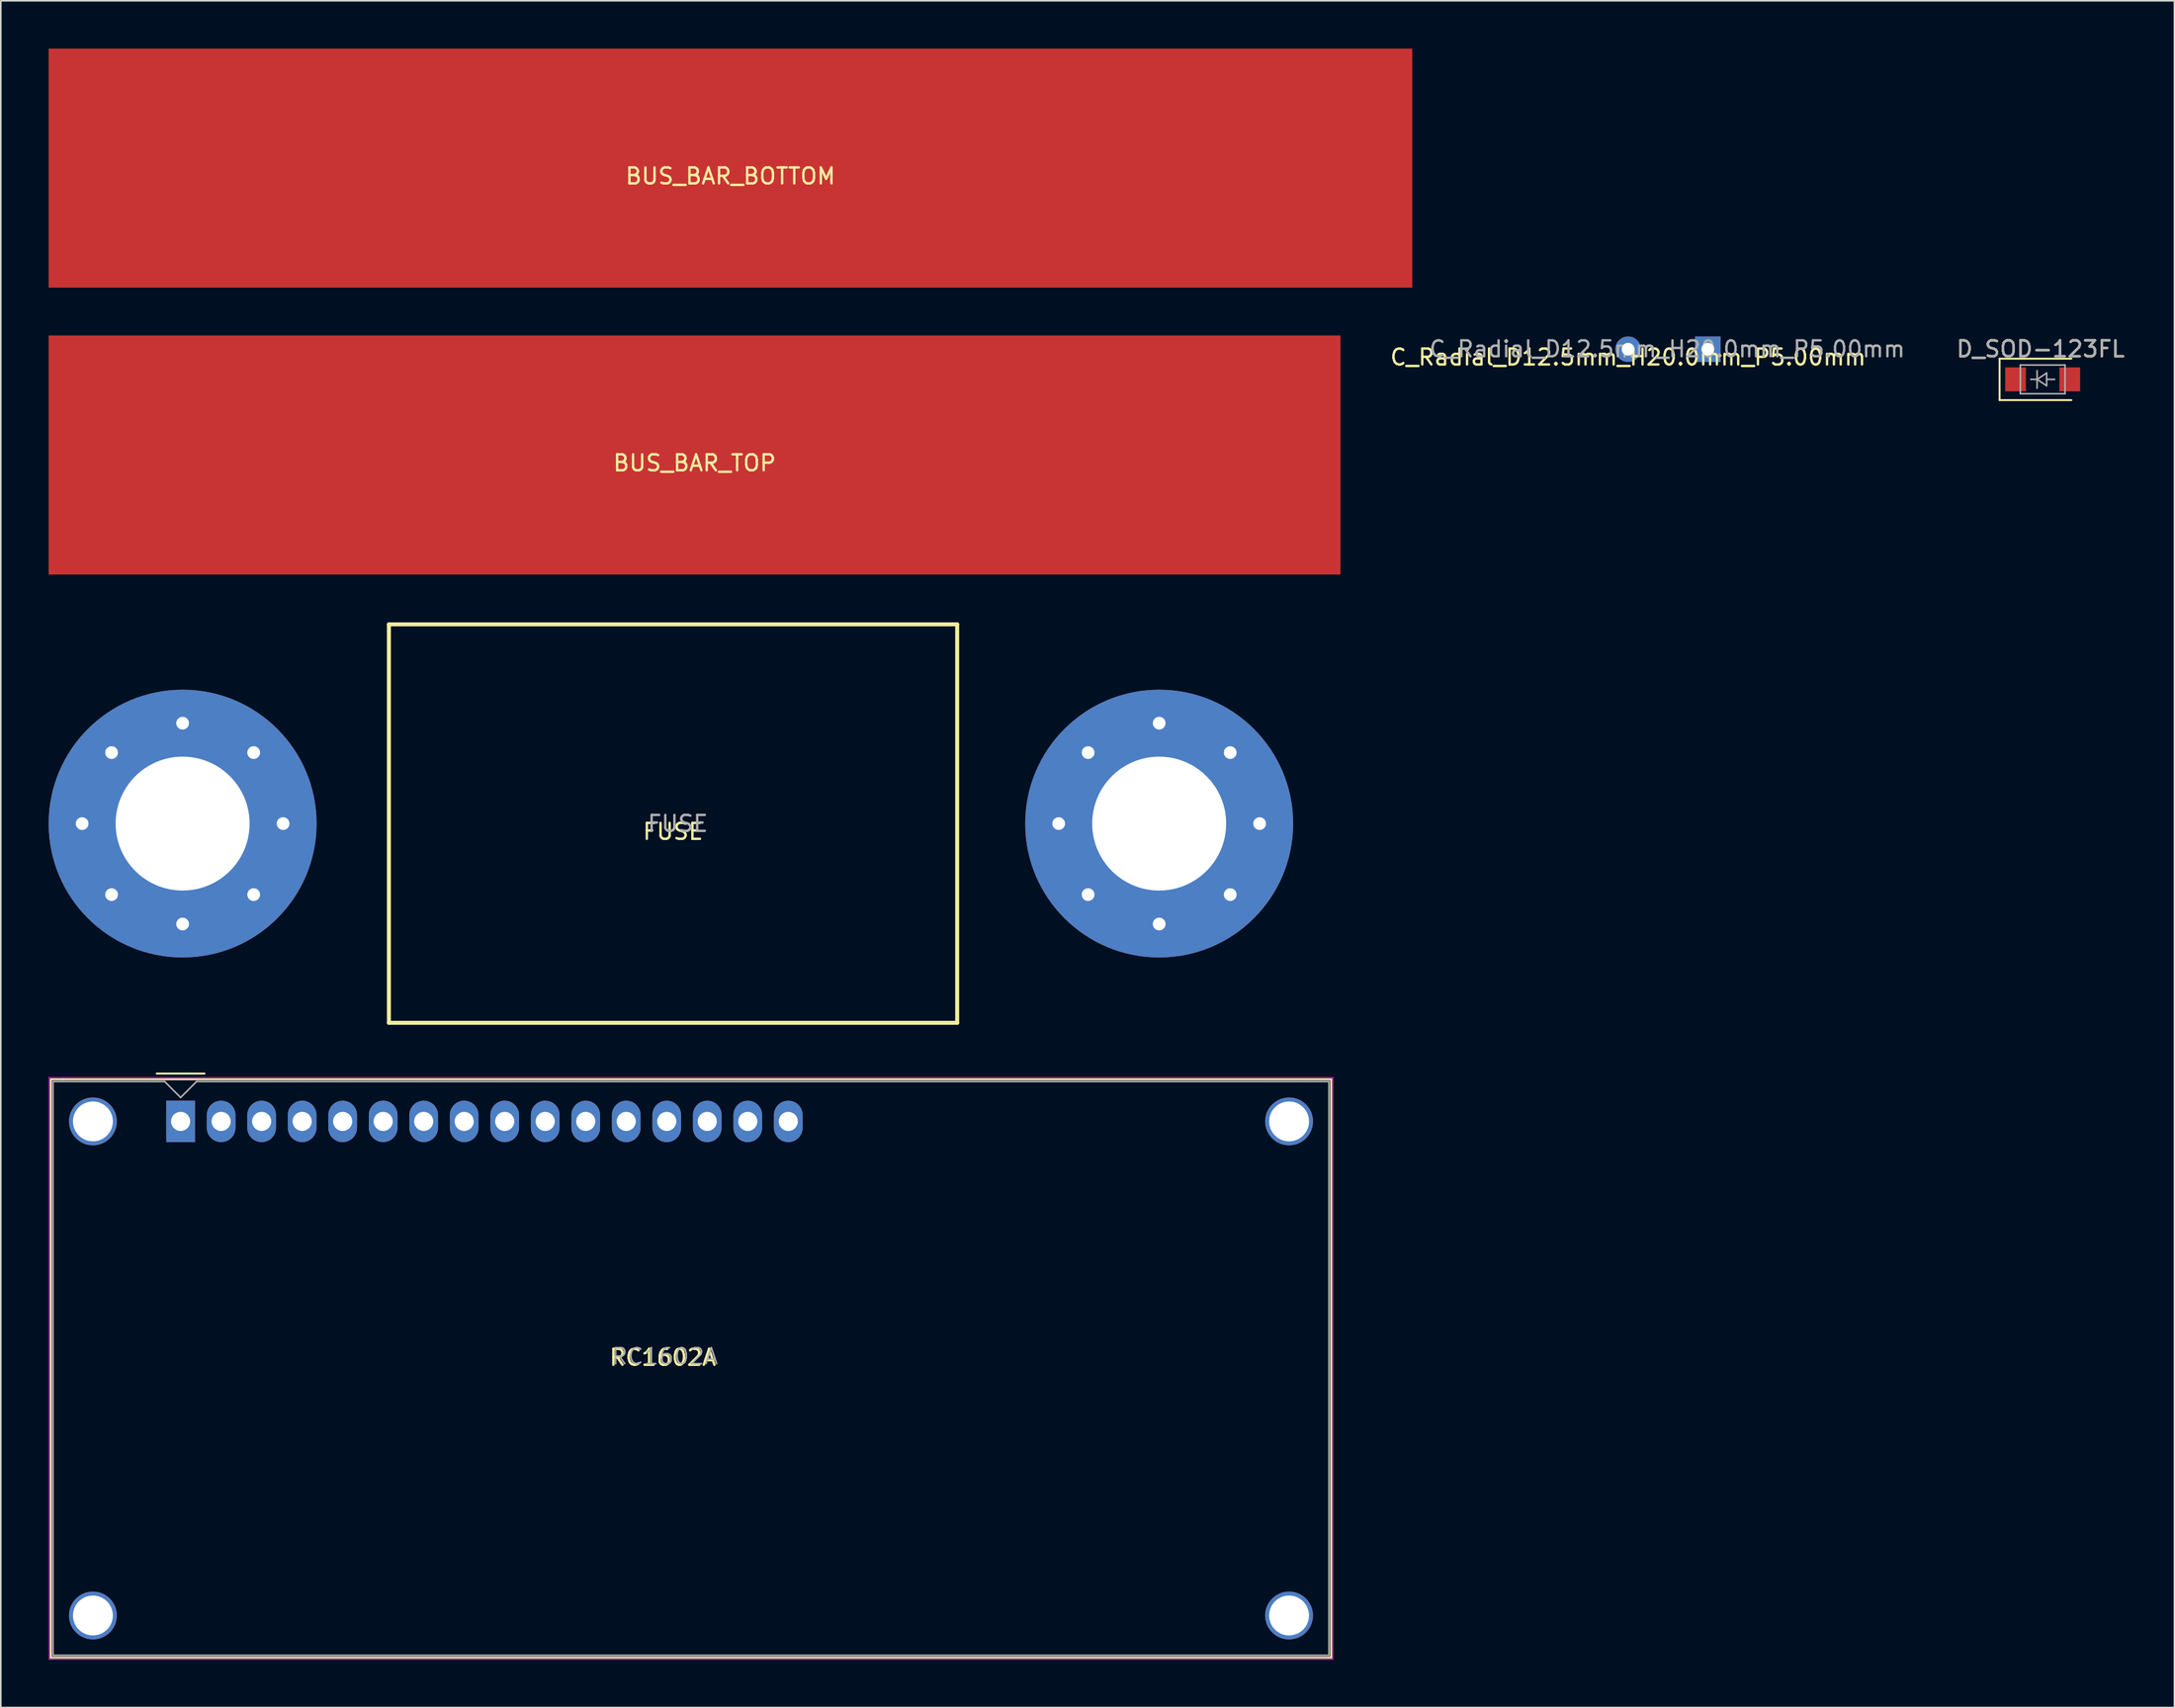
<source format=kicad_pcb>
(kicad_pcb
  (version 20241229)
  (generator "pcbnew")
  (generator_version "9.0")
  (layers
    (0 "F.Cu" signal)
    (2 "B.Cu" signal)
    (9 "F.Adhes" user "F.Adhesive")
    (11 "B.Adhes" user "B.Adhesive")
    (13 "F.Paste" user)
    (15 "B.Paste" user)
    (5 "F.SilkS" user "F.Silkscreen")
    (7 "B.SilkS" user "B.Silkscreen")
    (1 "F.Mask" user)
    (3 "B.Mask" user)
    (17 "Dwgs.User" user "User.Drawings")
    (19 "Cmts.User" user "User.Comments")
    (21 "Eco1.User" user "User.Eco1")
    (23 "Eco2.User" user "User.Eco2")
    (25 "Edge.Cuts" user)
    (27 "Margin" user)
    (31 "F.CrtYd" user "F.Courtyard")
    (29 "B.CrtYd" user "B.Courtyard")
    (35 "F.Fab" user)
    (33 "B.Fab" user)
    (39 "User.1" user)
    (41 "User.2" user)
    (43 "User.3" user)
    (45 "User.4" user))
  (footprint "FUSE"
    (layer "F.Cu")
    (at 39.15 48.625)
    (property "Reference" "FUSE" (at 0 0.5 0) (layer "F.SilkS") (effects (font (size 1 1) (thickness 0.15))))
    (attr through_hole)
    (fp_line (start -17.815 -12.5) (end -17.815 12.5) (stroke (width 0.25) (type solid)) (layer "F.SilkS"))
    (fp_line (start -17.815 -12.5) (end 17.815 -12.5) (stroke (width 0.25) (type solid)) (layer "F.SilkS"))
    (fp_line (start -17.815 12.5) (end 17.815 12.5) (stroke (width 0.25) (type solid)) (layer "F.SilkS"))
    (fp_line (start 17.815 -12.5) (end 17.815 12.5) (stroke (width 0.25) (type solid)) (layer "F.SilkS"))
    (fp_text user "${REFERENCE}" (at 0.3 0 0) (layer "F.Fab") (effects (font (size 1 1) (thickness 0.15))))
    (pad "1" thru_hole circle (at -37.05 0) (size 1.1 1.1) (drill 0.8) (layers "*.Cu" "*.Mask"))
    (pad "1" thru_hole circle (at -35.205 -4.455) (size 1.1 1.1) (drill 0.8) (layers "*.Cu" "*.Mask"))
    (pad "1" thru_hole circle (at -35.205 4.455) (size 1.1 1.1) (drill 0.8) (layers "*.Cu" "*.Mask"))
    (pad "1" thru_hole circle (at -30.75 -6.3) (size 1.1 1.1) (drill 0.8) (layers "*.Cu" "*.Mask"))
    (pad "1" thru_hole circle (at -30.75 0) (size 16.8 16.8) (drill 8.4) (layers "*.Cu" "*.Mask"))
    (pad "1" thru_hole circle (at -30.75 6.3) (size 1.1 1.1) (drill 0.8) (layers "*.Cu" "*.Mask"))
    (pad "1" thru_hole circle (at -26.295 -4.455) (size 1.1 1.1) (drill 0.8) (layers "*.Cu" "*.Mask"))
    (pad "1" thru_hole circle (at -26.295 4.455) (size 1.1 1.1) (drill 0.8) (layers "*.Cu" "*.Mask"))
    (pad "1" thru_hole circle (at -24.45 0) (size 1.1 1.1) (drill 0.8) (layers "*.Cu" "*.Mask"))
    (pad "2" thru_hole circle (at 24.18 0) (size 1.1 1.1) (drill 0.8) (layers "*.Cu" "*.Mask"))
    (pad "2" thru_hole circle (at 26.025 -4.455) (size 1.1 1.1) (drill 0.8) (layers "*.Cu" "*.Mask"))
    (pad "2" thru_hole circle (at 26.025 4.455) (size 1.1 1.1) (drill 0.8) (layers "*.Cu" "*.Mask"))
    (pad "2" thru_hole circle (at 30.48 -6.3) (size 1.1 1.1) (drill 0.8) (layers "*.Cu" "*.Mask"))
    (pad "2" thru_hole circle (at 30.48 0) (size 16.8 16.8) (drill 8.4) (layers "*.Cu" "*.Mask"))
    (pad "2" thru_hole circle (at 30.48 6.3) (size 1.1 1.1) (drill 0.8) (layers "*.Cu" "*.Mask"))
    (pad "2" thru_hole circle (at 34.935 -4.455) (size 1.1 1.1) (drill 0.8) (layers "*.Cu" "*.Mask"))
    (pad "2" thru_hole circle (at 34.935 4.455) (size 1.1 1.1) (drill 0.8) (layers "*.Cu" "*.Mask"))
    (pad "2" thru_hole circle (at 36.78 0) (size 1.1 1.1) (drill 0.8) (layers "*.Cu" "*.Mask")))
  (footprint "RC1602A"
    (layer "F.Cu")
    (at 8.275 67.31)
    (property "Reference" "RC1602A" (at 30.229 14.813 0) (layer "F.SilkS") (effects (font (size 1 1) (thickness 0.15))))
    (attr through_hole)
    (fp_line (start -8.14 -2.64) (end -8.14 33.64) (stroke (width 0.12) (type solid)) (layer "F.SilkS"))
    (fp_line (start -8.14 33.64) (end 72.14 33.64) (stroke (width 0.12) (type solid)) (layer "F.SilkS"))
    (fp_line (start -8.13 -2.64) (end -7.34 -2.64) (stroke (width 0.12) (type solid)) (layer "F.SilkS"))
    (fp_line (start -1.5 -3) (end 1.5 -3) (stroke (width 0.12) (type solid)) (layer "F.SilkS"))
    (fp_line (start 72.14 -2.64) (end -7.34 -2.64) (stroke (width 0.12) (type solid)) (layer "F.SilkS"))
    (fp_line (start 72.14 33.64) (end 72.14 -2.64) (stroke (width 0.12) (type solid)) (layer "F.SilkS"))
    (fp_line (start -8.25 -2.75) (end -8.25 33.75) (stroke (width 0.05) (type solid)) (layer "F.CrtYd"))
    (fp_line (start -8.25 -2.75) (end 72.25 -2.75) (stroke (width 0.05) (type solid)) (layer "F.CrtYd"))
    (fp_line (start -8.25 33.75) (end 72.25 33.75) (stroke (width 0.05) (type solid)) (layer "F.CrtYd"))
    (fp_line (start 72.25 -2.75) (end 72.25 33.75) (stroke (width 0.05) (type solid)) (layer "F.CrtYd"))
    (fp_line (start -8 33.5) (end -8 -2.5) (stroke (width 0.1) (type solid)) (layer "F.Fab"))
    (fp_line (start -1 -2.5) (end -8 -2.5) (stroke (width 0.1) (type solid)) (layer "F.Fab"))
    (fp_line (start 0 -1.5) (end -1 -2.5) (stroke (width 0.1) (type solid)) (layer "F.Fab"))
    (fp_line (start 1 -2.5) (end 0 -1.5) (stroke (width 0.1) (type solid)) (layer "F.Fab"))
    (fp_line (start 1 -2.5) (end 72 -2.5) (stroke (width 0.1) (type solid)) (layer "F.Fab"))
    (fp_line (start 72 -2.5) (end 72 33.5) (stroke (width 0.1) (type solid)) (layer "F.Fab"))
    (fp_line (start 72 33.5) (end -8 33.5) (stroke (width 0.1) (type solid)) (layer "F.Fab"))
    (fp_text user "${REFERENCE}" (at 30.37 14.74 180) (layer "F.Fab") (effects (font (size 1 1) (thickness 0.1))))
    (pad "" thru_hole circle (at -5.499 0) (size 3 3) (drill 2.5) (layers "*.Cu" "*.Mask"))
    (pad "" thru_hole circle (at -5.499 31.001) (size 3 3) (drill 2.5) (layers "*.Cu" "*.Mask"))
    (pad "" thru_hole circle (at 69.499 31.001) (size 3 3) (drill 2.5) (layers "*.Cu" "*.Mask"))
    (pad "" thru_hole circle (at 69.5 0) (size 3 3) (drill 2.5) (layers "*.Cu" "*.Mask"))
    (pad "1" thru_hole rect (at 0 0) (size 1.8 2.6) (drill 1.2) (layers "*.Cu" "*.Mask"))
    (pad "2" thru_hole oval (at 2.54 0) (size 1.8 2.6) (drill 1.2) (layers "*.Cu" "*.Mask"))
    (pad "3" thru_hole oval (at 5.08 0) (size 1.8 2.6) (drill 1.2) (layers "*.Cu" "*.Mask"))
    (pad "4" thru_hole oval (at 7.62 0) (size 1.8 2.6) (drill 1.2) (layers "*.Cu" "*.Mask"))
    (pad "5" thru_hole oval (at 10.16 0) (size 1.8 2.6) (drill 1.2) (layers "*.Cu" "*.Mask"))
    (pad "6" thru_hole oval (at 12.7 0) (size 1.8 2.6) (drill 1.2) (layers "*.Cu" "*.Mask"))
    (pad "7" thru_hole oval (at 15.24 0) (size 1.8 2.6) (drill 1.2) (layers "*.Cu" "*.Mask"))
    (pad "8" thru_hole oval (at 17.78 0) (size 1.8 2.6) (drill 1.2) (layers "*.Cu" "*.Mask"))
    (pad "9" thru_hole oval (at 20.32 0) (size 1.8 2.6) (drill 1.2) (layers "*.Cu" "*.Mask"))
    (pad "10" thru_hole oval (at 22.86 0) (size 1.8 2.6) (drill 1.2) (layers "*.Cu" "*.Mask"))
    (pad "11" thru_hole oval (at 25.4 0) (size 1.8 2.6) (drill 1.2) (layers "*.Cu" "*.Mask"))
    (pad "12" thru_hole oval (at 27.94 0) (size 1.8 2.6) (drill 1.2) (layers "*.Cu" "*.Mask"))
    (pad "13" thru_hole oval (at 30.48 0) (size 1.8 2.6) (drill 1.2) (layers "*.Cu" "*.Mask"))
    (pad "14" thru_hole oval (at 33.02 0) (size 1.8 2.6) (drill 1.2) (layers "*.Cu" "*.Mask"))
    (pad "15" thru_hole oval (at 35.56 0) (size 1.8 2.6) (drill 1.2) (layers "*.Cu" "*.Mask"))
    (pad "16" thru_hole oval (at 38.1 0) (size 1.8 2.6) (drill 1.2) (layers "*.Cu" "*.Mask")))
  (footprint "BUS_BAR_TOP"
    (layer "F.Cu")
    (at 40.5 25.5)
    (property "Reference" "BUS_BAR_TOP" (at 0 0.5 0) (layer "F.SilkS") (effects (font (size 1 1) (thickness 0.15))))
    (attr through_hole)
    (pad "1" smd rect (at 0 0) (size 81 15) (layers "F.Cu" "F.Mask" "F.Paste")))
  (footprint "BUS_BAR_BOTTOM"
    (layer "F.Cu")
    (at 42.75 7.5)
    (property "Reference" "BUS_BAR_BOTTOM" (at 0 0.5 0) (layer "F.SilkS") (effects (font (size 1 1) (thickness 0.15))))
    (attr through_hole)
    (pad "1" smd rect (at 0 0) (size 85.5 15) (layers "F.Cu" "F.Mask" "F.Paste")))
  (footprint "D_SOD-123FL"
    (layer "F.Cu")
    (at 125.025 20.753)
    (property "Reference" "D_SOD-123FL" (at -0.127 -1.905 0) (layer "F.SilkS") (effects (font (size 1 1) (thickness 0.15))))
    (attr smd)
    (fp_line (start -2.7 -1.3) (end -2.7 1.3) (stroke (width 0.12) (type solid)) (layer "F.SilkS"))
    (fp_line (start -2.7 -1.3) (end 1.8 -1.3) (stroke (width 0.12) (type solid)) (layer "F.SilkS"))
    (fp_line (start -2.7 1.3) (end 1.8 1.3) (stroke (width 0.12) (type solid)) (layer "F.SilkS"))
    (fp_line (start -1.4 -0.9) (end 1.4 -0.9) (stroke (width 0.1) (type solid)) (layer "F.Fab"))
    (fp_line (start -1.4 0.9) (end -1.4 -0.9) (stroke (width 0.1) (type solid)) (layer "F.Fab"))
    (fp_line (start -0.75 0) (end -0.35 0) (stroke (width 0.1) (type solid)) (layer "F.Fab"))
    (fp_line (start -0.35 0) (end -0.35 -0.55) (stroke (width 0.1) (type solid)) (layer "F.Fab"))
    (fp_line (start -0.35 0) (end -0.35 0.55) (stroke (width 0.1) (type solid)) (layer "F.Fab"))
    (fp_line (start -0.35 0) (end 0.25 -0.4) (stroke (width 0.1) (type solid)) (layer "F.Fab"))
    (fp_line (start 0.25 -0.4) (end 0.25 0.4) (stroke (width 0.1) (type solid)) (layer "F.Fab"))
    (fp_line (start 0.25 0) (end 0.75 0) (stroke (width 0.1) (type solid)) (layer "F.Fab"))
    (fp_line (start 0.25 0.4) (end -0.35 0) (stroke (width 0.1) (type solid)) (layer "F.Fab"))
    (fp_line (start 1.4 -0.9) (end 1.4 0.9) (stroke (width 0.1) (type solid)) (layer "F.Fab"))
    (fp_line (start 1.4 0.9) (end -1.4 0.9) (stroke (width 0.1) (type solid)) (layer "F.Fab"))
    (fp_text user "${REFERENCE}" (at -0.127 -1.905 0) (layer "F.Fab") (effects (font (size 1 1) (thickness 0.15))))
    (pad "1" smd rect (at -1.7 0) (size 1.3 1.5) (layers "F.Cu" "F.Mask" "F.Paste"))
    (pad "2" smd rect (at 1.7 0) (size 1.3 1.5) (layers "F.Cu" "F.Mask" "F.Paste")))
  (footprint "C_Radial_D12.5mm_H20.0mm_P5.00mm"
    (layer "F.Cu")
    (at 99.03 18.861)
    (property "Reference" "C_Radial_D12.5mm_H20.0mm_P5.00mm" (at 0 0.5 0) (layer "F.SilkS") (effects (font (size 1 1) (thickness 0.15))))
    (attr through_hole)
    (fp_text user "${REFERENCE}" (at 2.452 -0.013 0) (layer "F.Fab") (effects (font (size 1 1) (thickness 0.15))))
    (pad "1" thru_hole circle (at 0 0) (size 1.6 1.6) (drill 0.8) (layers "*.Cu" "*.Mask"))
    (pad "2" thru_hole rect (at 5 0) (size 1.6 1.6) (drill 0.8) (layers "*.Cu" "*.Mask")))
  (gr_rect
    (start -3 -3)
    (end 133.285 104.085)
    (stroke (width 0.1) (type default))
    (fill no)
    (layer "Edge.Cuts")))
</source>
